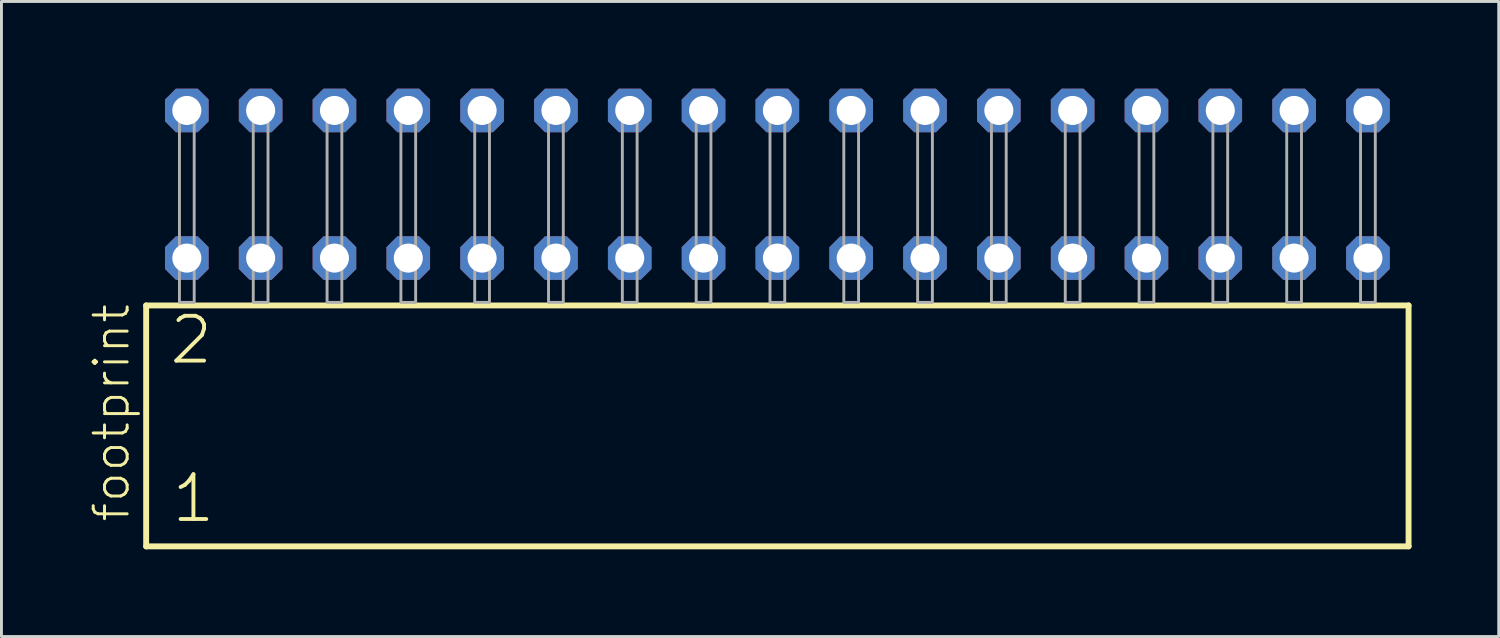
<source format=kicad_pcb>
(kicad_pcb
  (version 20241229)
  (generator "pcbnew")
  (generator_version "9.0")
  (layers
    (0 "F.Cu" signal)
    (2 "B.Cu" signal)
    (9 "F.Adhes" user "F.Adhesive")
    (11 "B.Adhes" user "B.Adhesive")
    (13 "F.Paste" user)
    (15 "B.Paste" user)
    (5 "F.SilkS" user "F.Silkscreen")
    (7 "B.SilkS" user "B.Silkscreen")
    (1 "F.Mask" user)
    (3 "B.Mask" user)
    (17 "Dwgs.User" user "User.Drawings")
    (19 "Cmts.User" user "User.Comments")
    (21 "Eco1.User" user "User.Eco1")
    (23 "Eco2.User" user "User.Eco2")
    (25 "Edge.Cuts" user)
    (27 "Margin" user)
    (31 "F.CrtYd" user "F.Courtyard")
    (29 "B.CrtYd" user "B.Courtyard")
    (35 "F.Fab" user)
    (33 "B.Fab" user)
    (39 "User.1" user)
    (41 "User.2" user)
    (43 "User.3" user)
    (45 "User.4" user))
  (footprint "footprint"
    (layer "F.Cu")
    (at 23.698 7.354)
    (property "Reference" "footprint" (at -22.225 7.62 90) (layer "F.SilkS") (effects (font (size 1.168 1.168) (thickness 0.102)) (justify left bottom)))
    (fp_line (start -21.719 0.106) (end -21.719 8.396) (stroke (width 0.203) (type solid)) (layer "F.SilkS"))
    (fp_line (start -21.719 8.396) (end 21.719 8.396) (stroke (width 0.203) (type solid)) (layer "F.SilkS"))
    (fp_line (start 21.719 0.106) (end -21.719 0.106) (stroke (width 0.203) (type solid)) (layer "F.SilkS"))
    (fp_line (start 21.719 8.396) (end 21.719 0.106) (stroke (width 0.203) (type solid)) (layer "F.SilkS"))
    (fp_poly (pts (xy -20.574 0) (xy -20.066 0) (xy -20.066 -6.858) (xy -20.574 -6.858)) (stroke (width 0.1) (type solid)) (fill no) (layer "F.Fab"))
    (fp_poly (pts (xy -18.034 0) (xy -17.526 0) (xy -17.526 -6.858) (xy -18.034 -6.858)) (stroke (width 0.1) (type solid)) (fill no) (layer "F.Fab"))
    (fp_poly (pts (xy -15.494 0) (xy -14.986 0) (xy -14.986 -6.858) (xy -15.494 -6.858)) (stroke (width 0.1) (type solid)) (fill no) (layer "F.Fab"))
    (fp_poly (pts (xy -12.954 0) (xy -12.446 0) (xy -12.446 -6.858) (xy -12.954 -6.858)) (stroke (width 0.1) (type solid)) (fill no) (layer "F.Fab"))
    (fp_poly (pts (xy -10.414 0) (xy -9.906 0) (xy -9.906 -6.858) (xy -10.414 -6.858)) (stroke (width 0.1) (type solid)) (fill no) (layer "F.Fab"))
    (fp_poly (pts (xy -7.874 0) (xy -7.366 0) (xy -7.366 -6.858) (xy -7.874 -6.858)) (stroke (width 0.1) (type solid)) (fill no) (layer "F.Fab"))
    (fp_poly (pts (xy -5.334 0) (xy -4.826 0) (xy -4.826 -6.858) (xy -5.334 -6.858)) (stroke (width 0.1) (type solid)) (fill no) (layer "F.Fab"))
    (fp_poly (pts (xy -2.794 0) (xy -2.286 0) (xy -2.286 -6.858) (xy -2.794 -6.858)) (stroke (width 0.1) (type solid)) (fill no) (layer "F.Fab"))
    (fp_poly (pts (xy -0.254 0) (xy 0.254 0) (xy 0.254 -6.858) (xy -0.254 -6.858)) (stroke (width 0.1) (type solid)) (fill no) (layer "F.Fab"))
    (fp_poly (pts (xy 2.286 0) (xy 2.794 0) (xy 2.794 -6.858) (xy 2.286 -6.858)) (stroke (width 0.1) (type solid)) (fill no) (layer "F.Fab"))
    (fp_poly (pts (xy 4.826 0) (xy 5.334 0) (xy 5.334 -6.858) (xy 4.826 -6.858)) (stroke (width 0.1) (type solid)) (fill no) (layer "F.Fab"))
    (fp_poly (pts (xy 7.366 0) (xy 7.874 0) (xy 7.874 -6.858) (xy 7.366 -6.858)) (stroke (width 0.1) (type solid)) (fill no) (layer "F.Fab"))
    (fp_poly (pts (xy 9.906 0) (xy 10.414 0) (xy 10.414 -6.858) (xy 9.906 -6.858)) (stroke (width 0.1) (type solid)) (fill no) (layer "F.Fab"))
    (fp_poly (pts (xy 12.446 0) (xy 12.954 0) (xy 12.954 -6.858) (xy 12.446 -6.858)) (stroke (width 0.1) (type solid)) (fill no) (layer "F.Fab"))
    (fp_poly (pts (xy 14.986 0) (xy 15.494 0) (xy 15.494 -6.858) (xy 14.986 -6.858)) (stroke (width 0.1) (type solid)) (fill no) (layer "F.Fab"))
    (fp_poly (pts (xy 17.526 0) (xy 18.034 0) (xy 18.034 -6.858) (xy 17.526 -6.858)) (stroke (width 0.1) (type solid)) (fill no) (layer "F.Fab"))
    (fp_poly (pts (xy 20.066 0) (xy 20.574 0) (xy 20.574 -6.858) (xy 20.066 -6.858)) (stroke (width 0.1) (type solid)) (fill no) (layer "F.Fab"))
    (fp_text user "2" (at -20.99 2.2 0) (layer "F.SilkS") (effects (font (size 1.542 1.542) (thickness 0.134)) (justify left bottom)))
    (fp_text user "1" (at -20.915 7.65 0) (layer "F.SilkS") (effects (font (size 1.542 1.542) (thickness 0.134)) (justify left bottom)))
    (pad "1" thru_hole roundrect (at -20.32 -1.524) (size 1.5 1.5) (drill 1) (layers "*.Cu" "*.Mask") (roundrect_rratio 0.25) (chamfer_ratio 0.25) (chamfer top_left top_right bottom_left bottom_right))
    (pad "2" thru_hole roundrect (at -20.32 -6.604) (size 1.5 1.5) (drill 1) (layers "*.Cu" "*.Mask") (roundrect_rratio 0.25) (chamfer_ratio 0.25) (chamfer top_left top_right bottom_left bottom_right))
    (pad "3" thru_hole roundrect (at -17.78 -1.524) (size 1.5 1.5) (drill 1) (layers "*.Cu" "*.Mask") (roundrect_rratio 0.25) (chamfer_ratio 0.25) (chamfer top_left top_right bottom_left bottom_right))
    (pad "4" thru_hole roundrect (at -17.78 -6.604) (size 1.5 1.5) (drill 1) (layers "*.Cu" "*.Mask") (roundrect_rratio 0.25) (chamfer_ratio 0.25) (chamfer top_left top_right bottom_left bottom_right))
    (pad "5" thru_hole roundrect (at -15.24 -1.524) (size 1.5 1.5) (drill 1) (layers "*.Cu" "*.Mask") (roundrect_rratio 0.25) (chamfer_ratio 0.25) (chamfer top_left top_right bottom_left bottom_right))
    (pad "6" thru_hole roundrect (at -15.24 -6.604) (size 1.5 1.5) (drill 1) (layers "*.Cu" "*.Mask") (roundrect_rratio 0.25) (chamfer_ratio 0.25) (chamfer top_left top_right bottom_left bottom_right))
    (pad "7" thru_hole roundrect (at -12.7 -1.524) (size 1.5 1.5) (drill 1) (layers "*.Cu" "*.Mask") (roundrect_rratio 0.25) (chamfer_ratio 0.25) (chamfer top_left top_right bottom_left bottom_right))
    (pad "8" thru_hole roundrect (at -12.7 -6.604) (size 1.5 1.5) (drill 1) (layers "*.Cu" "*.Mask") (roundrect_rratio 0.25) (chamfer_ratio 0.25) (chamfer top_left top_right bottom_left bottom_right))
    (pad "9" thru_hole roundrect (at -10.16 -1.524) (size 1.5 1.5) (drill 1) (layers "*.Cu" "*.Mask") (roundrect_rratio 0.25) (chamfer_ratio 0.25) (chamfer top_left top_right bottom_left bottom_right))
    (pad "10" thru_hole roundrect (at -10.16 -6.604) (size 1.5 1.5) (drill 1) (layers "*.Cu" "*.Mask") (roundrect_rratio 0.25) (chamfer_ratio 0.25) (chamfer top_left top_right bottom_left bottom_right))
    (pad "11" thru_hole roundrect (at -7.62 -1.524) (size 1.5 1.5) (drill 1) (layers "*.Cu" "*.Mask") (roundrect_rratio 0.25) (chamfer_ratio 0.25) (chamfer top_left top_right bottom_left bottom_right))
    (pad "12" thru_hole roundrect (at -7.62 -6.604) (size 1.5 1.5) (drill 1) (layers "*.Cu" "*.Mask") (roundrect_rratio 0.25) (chamfer_ratio 0.25) (chamfer top_left top_right bottom_left bottom_right))
    (pad "13" thru_hole roundrect (at -5.08 -1.524) (size 1.5 1.5) (drill 1) (layers "*.Cu" "*.Mask") (roundrect_rratio 0.25) (chamfer_ratio 0.25) (chamfer top_left top_right bottom_left bottom_right))
    (pad "14" thru_hole roundrect (at -5.08 -6.604) (size 1.5 1.5) (drill 1) (layers "*.Cu" "*.Mask") (roundrect_rratio 0.25) (chamfer_ratio 0.25) (chamfer top_left top_right bottom_left bottom_right))
    (pad "15" thru_hole roundrect (at -2.54 -1.524) (size 1.5 1.5) (drill 1) (layers "*.Cu" "*.Mask") (roundrect_rratio 0.25) (chamfer_ratio 0.25) (chamfer top_left top_right bottom_left bottom_right))
    (pad "16" thru_hole roundrect (at -2.54 -6.604) (size 1.5 1.5) (drill 1) (layers "*.Cu" "*.Mask") (roundrect_rratio 0.25) (chamfer_ratio 0.25) (chamfer top_left top_right bottom_left bottom_right))
    (pad "17" thru_hole roundrect (at 0 -1.524) (size 1.5 1.5) (drill 1) (layers "*.Cu" "*.Mask") (roundrect_rratio 0.25) (chamfer_ratio 0.25) (chamfer top_left top_right bottom_left bottom_right))
    (pad "18" thru_hole roundrect (at 0 -6.604) (size 1.5 1.5) (drill 1) (layers "*.Cu" "*.Mask") (roundrect_rratio 0.25) (chamfer_ratio 0.25) (chamfer top_left top_right bottom_left bottom_right))
    (pad "19" thru_hole roundrect (at 2.54 -1.524) (size 1.5 1.5) (drill 1) (layers "*.Cu" "*.Mask") (roundrect_rratio 0.25) (chamfer_ratio 0.25) (chamfer top_left top_right bottom_left bottom_right))
    (pad "20" thru_hole roundrect (at 2.54 -6.604) (size 1.5 1.5) (drill 1) (layers "*.Cu" "*.Mask") (roundrect_rratio 0.25) (chamfer_ratio 0.25) (chamfer top_left top_right bottom_left bottom_right))
    (pad "21" thru_hole roundrect (at 5.08 -1.524) (size 1.5 1.5) (drill 1) (layers "*.Cu" "*.Mask") (roundrect_rratio 0.25) (chamfer_ratio 0.25) (chamfer top_left top_right bottom_left bottom_right))
    (pad "22" thru_hole roundrect (at 5.08 -6.604) (size 1.5 1.5) (drill 1) (layers "*.Cu" "*.Mask") (roundrect_rratio 0.25) (chamfer_ratio 0.25) (chamfer top_left top_right bottom_left bottom_right))
    (pad "23" thru_hole roundrect (at 7.62 -1.524) (size 1.5 1.5) (drill 1) (layers "*.Cu" "*.Mask") (roundrect_rratio 0.25) (chamfer_ratio 0.25) (chamfer top_left top_right bottom_left bottom_right))
    (pad "24" thru_hole roundrect (at 7.62 -6.604) (size 1.5 1.5) (drill 1) (layers "*.Cu" "*.Mask") (roundrect_rratio 0.25) (chamfer_ratio 0.25) (chamfer top_left top_right bottom_left bottom_right))
    (pad "25" thru_hole roundrect (at 10.16 -1.524) (size 1.5 1.5) (drill 1) (layers "*.Cu" "*.Mask") (roundrect_rratio 0.25) (chamfer_ratio 0.25) (chamfer top_left top_right bottom_left bottom_right))
    (pad "26" thru_hole roundrect (at 10.16 -6.604) (size 1.5 1.5) (drill 1) (layers "*.Cu" "*.Mask") (roundrect_rratio 0.25) (chamfer_ratio 0.25) (chamfer top_left top_right bottom_left bottom_right))
    (pad "27" thru_hole roundrect (at 12.7 -1.524) (size 1.5 1.5) (drill 1) (layers "*.Cu" "*.Mask") (roundrect_rratio 0.25) (chamfer_ratio 0.25) (chamfer top_left top_right bottom_left bottom_right))
    (pad "28" thru_hole roundrect (at 12.7 -6.604) (size 1.5 1.5) (drill 1) (layers "*.Cu" "*.Mask") (roundrect_rratio 0.25) (chamfer_ratio 0.25) (chamfer top_left top_right bottom_left bottom_right))
    (pad "29" thru_hole roundrect (at 15.24 -1.524) (size 1.5 1.5) (drill 1) (layers "*.Cu" "*.Mask") (roundrect_rratio 0.25) (chamfer_ratio 0.25) (chamfer top_left top_right bottom_left bottom_right))
    (pad "30" thru_hole roundrect (at 15.24 -6.604) (size 1.5 1.5) (drill 1) (layers "*.Cu" "*.Mask") (roundrect_rratio 0.25) (chamfer_ratio 0.25) (chamfer top_left top_right bottom_left bottom_right))
    (pad "31" thru_hole roundrect (at 17.78 -1.524) (size 1.5 1.5) (drill 1) (layers "*.Cu" "*.Mask") (roundrect_rratio 0.25) (chamfer_ratio 0.25) (chamfer top_left top_right bottom_left bottom_right))
    (pad "32" thru_hole roundrect (at 17.78 -6.604) (size 1.5 1.5) (drill 1) (layers "*.Cu" "*.Mask") (roundrect_rratio 0.25) (chamfer_ratio 0.25) (chamfer top_left top_right bottom_left bottom_right))
    (pad "33" thru_hole roundrect (at 20.32 -1.524) (size 1.5 1.5) (drill 1) (layers "*.Cu" "*.Mask") (roundrect_rratio 0.25) (chamfer_ratio 0.25) (chamfer top_left top_right bottom_left bottom_right))
    (pad "34" thru_hole roundrect (at 20.32 -6.604) (size 1.5 1.5) (drill 1) (layers "*.Cu" "*.Mask") (roundrect_rratio 0.25) (chamfer_ratio 0.25) (chamfer top_left top_right bottom_left bottom_right)))
  (gr_rect
    (start -3 -3)
    (end 48.519 18.852)
    (stroke (width 0.1) (type default))
    (fill no)
    (layer "Edge.Cuts")))
</source>
